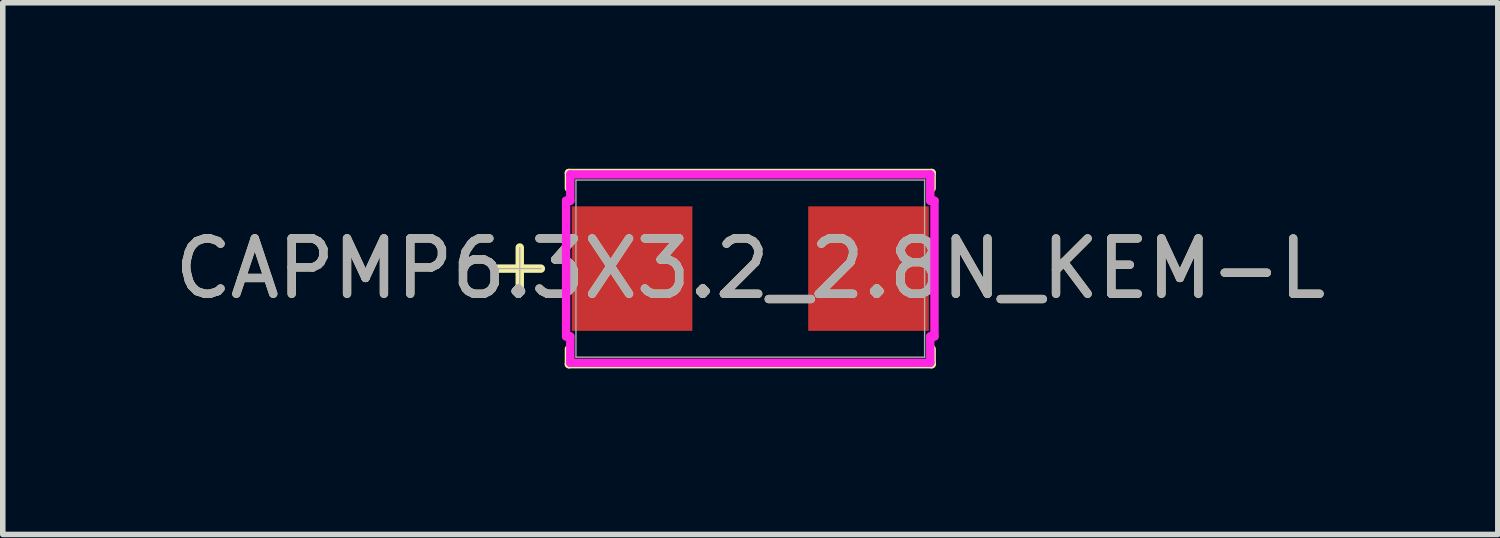
<source format=kicad_pcb>
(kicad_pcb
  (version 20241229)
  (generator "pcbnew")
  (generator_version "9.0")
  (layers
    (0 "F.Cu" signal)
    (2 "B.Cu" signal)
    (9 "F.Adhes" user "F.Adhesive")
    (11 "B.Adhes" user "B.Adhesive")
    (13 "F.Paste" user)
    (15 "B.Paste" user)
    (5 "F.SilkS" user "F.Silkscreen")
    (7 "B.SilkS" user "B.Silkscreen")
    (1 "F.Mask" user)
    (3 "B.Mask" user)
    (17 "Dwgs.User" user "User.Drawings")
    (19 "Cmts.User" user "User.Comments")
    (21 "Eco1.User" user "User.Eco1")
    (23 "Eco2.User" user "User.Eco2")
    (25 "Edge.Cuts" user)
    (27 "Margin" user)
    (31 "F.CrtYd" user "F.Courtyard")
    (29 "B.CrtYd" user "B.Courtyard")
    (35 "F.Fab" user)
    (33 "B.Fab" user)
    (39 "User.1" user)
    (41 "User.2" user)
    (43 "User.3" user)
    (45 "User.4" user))
  (footprint "CAPMP6.3X3.2_2.8N_KEM-L"
    (layer "F.Cu")
    (at 10.506 1.803)
    (property "Reference" "CAPMP6.3X3.2_2.8N_KEM-L" (at 0 0 0) (unlocked yes) (layer "F.SilkS") (effects (font (size 1 1) (thickness 0.15))))
    (attr smd)
    (fp_line (start -4.165 -0.381) (end -4.165 0.381) (stroke (width 0.152) (type solid)) (layer "F.SilkS"))
    (fp_line (start -3.784 0) (end -4.546 0) (stroke (width 0.152) (type solid)) (layer "F.SilkS"))
    (fp_line (start -3.277 -1.727) (end -3.277 -1.453) (stroke (width 0.152) (type solid)) (layer "F.SilkS"))
    (fp_line (start -3.277 1.453) (end -3.277 1.727) (stroke (width 0.152) (type solid)) (layer "F.SilkS"))
    (fp_line (start -3.277 1.727) (end 3.277 1.727) (stroke (width 0.152) (type solid)) (layer "F.SilkS"))
    (fp_line (start 3.277 -1.727) (end -3.277 -1.727) (stroke (width 0.152) (type solid)) (layer "F.SilkS"))
    (fp_line (start 3.277 -1.453) (end 3.277 -1.727) (stroke (width 0.152) (type solid)) (layer "F.SilkS"))
    (fp_line (start 3.277 1.727) (end 3.277 1.453) (stroke (width 0.152) (type solid)) (layer "F.SilkS"))
    (fp_line (start -3.328 -1.226) (end -3.252 -1.226) (stroke (width 0.152) (type solid)) (layer "F.CrtYd"))
    (fp_line (start -3.328 1.226) (end -3.328 -1.226) (stroke (width 0.152) (type solid)) (layer "F.CrtYd"))
    (fp_line (start -3.252 -1.702) (end 3.252 -1.702) (stroke (width 0.152) (type solid)) (layer "F.CrtYd"))
    (fp_line (start -3.252 -1.226) (end -3.252 -1.702) (stroke (width 0.152) (type solid)) (layer "F.CrtYd"))
    (fp_line (start -3.252 1.226) (end -3.328 1.226) (stroke (width 0.152) (type solid)) (layer "F.CrtYd"))
    (fp_line (start -3.252 1.702) (end -3.252 1.226) (stroke (width 0.152) (type solid)) (layer "F.CrtYd"))
    (fp_line (start 3.252 -1.702) (end 3.252 -1.226) (stroke (width 0.152) (type solid)) (layer "F.CrtYd"))
    (fp_line (start 3.252 -1.226) (end 3.328 -1.226) (stroke (width 0.152) (type solid)) (layer "F.CrtYd"))
    (fp_line (start 3.252 1.226) (end 3.252 1.702) (stroke (width 0.152) (type solid)) (layer "F.CrtYd"))
    (fp_line (start 3.252 1.702) (end -3.252 1.702) (stroke (width 0.152) (type solid)) (layer "F.CrtYd"))
    (fp_line (start 3.328 -1.226) (end 3.328 1.226) (stroke (width 0.152) (type solid)) (layer "F.CrtYd"))
    (fp_line (start 3.328 1.226) (end 3.252 1.226) (stroke (width 0.152) (type solid)) (layer "F.CrtYd"))
    (fp_line (start -4.165 -0.381) (end -4.165 0.381) (stroke (width 0.025) (type solid)) (layer "F.Fab"))
    (fp_line (start -3.784 0) (end -4.546 0) (stroke (width 0.025) (type solid)) (layer "F.Fab"))
    (fp_line (start -3.15 -1.6) (end -3.15 1.6) (stroke (width 0.025) (type solid)) (layer "F.Fab"))
    (fp_line (start -3.15 1.6) (end 3.15 1.6) (stroke (width 0.025) (type solid)) (layer "F.Fab"))
    (fp_line (start 3.15 -1.6) (end -3.15 -1.6) (stroke (width 0.025) (type solid)) (layer "F.Fab"))
    (fp_line (start 3.15 1.6) (end 3.15 -1.6) (stroke (width 0.025) (type solid)) (layer "F.Fab"))
    (fp_text user "${REFERENCE}" (at 0 0 0) (unlocked yes) (layer "F.Fab") (effects (font (size 1 1) (thickness 0.15))))
    (pad "1" smd rect (at -2.136 0 90) (size 2.249 2.179) (layers "F.Cu" "F.Mask" "F.Paste"))
    (pad "2" smd rect (at 2.136 0 90) (size 2.249 2.179) (layers "F.Cu" "F.Mask" "F.Paste"))
    (zone (net_name "") (layer "F.Cu") (hatch full 0.508) (connect_pads) (min_thickness 0.254) (filled_areas_thickness no) (keepout (tracks not_allowed) (vias not_allowed) (pads allowed) (copperpour not_allowed) (footprints allowed)) (placement (enabled no)) (fill) (polygon (pts (xy 7.407 0.254) (xy 13.605 0.254) (xy 13.605 0.602) (xy 7.407 0.602))))
    (zone (net_name "") (layer "F.Cu") (hatch full 0.508) (connect_pads) (min_thickness 0.254) (filled_areas_thickness no) (keepout (tracks not_allowed) (vias not_allowed) (pads allowed) (copperpour not_allowed) (footprints allowed)) (placement (enabled no)) (fill) (polygon (pts (xy 7.407 3.004) (xy 13.605 3.004) (xy 13.605 3.352) (xy 7.407 3.352))))
    (zone (net_name "") (layer "F.Cu") (hatch full 0.508) (connect_pads) (min_thickness 0.254) (filled_areas_thickness no) (keepout (tracks not_allowed) (vias not_allowed) (pads allowed) (copperpour not_allowed) (footprints allowed)) (placement (enabled no)) (fill) (polygon (pts (xy 9.21 0.602) (xy 11.802 0.602) (xy 11.802 3.004) (xy 9.21 3.004)))))
  (gr_rect
    (start -3 -3)
    (end 24.012 6.606)
    (stroke (width 0.1) (type default))
    (fill no)
    (layer "Edge.Cuts")))
</source>
